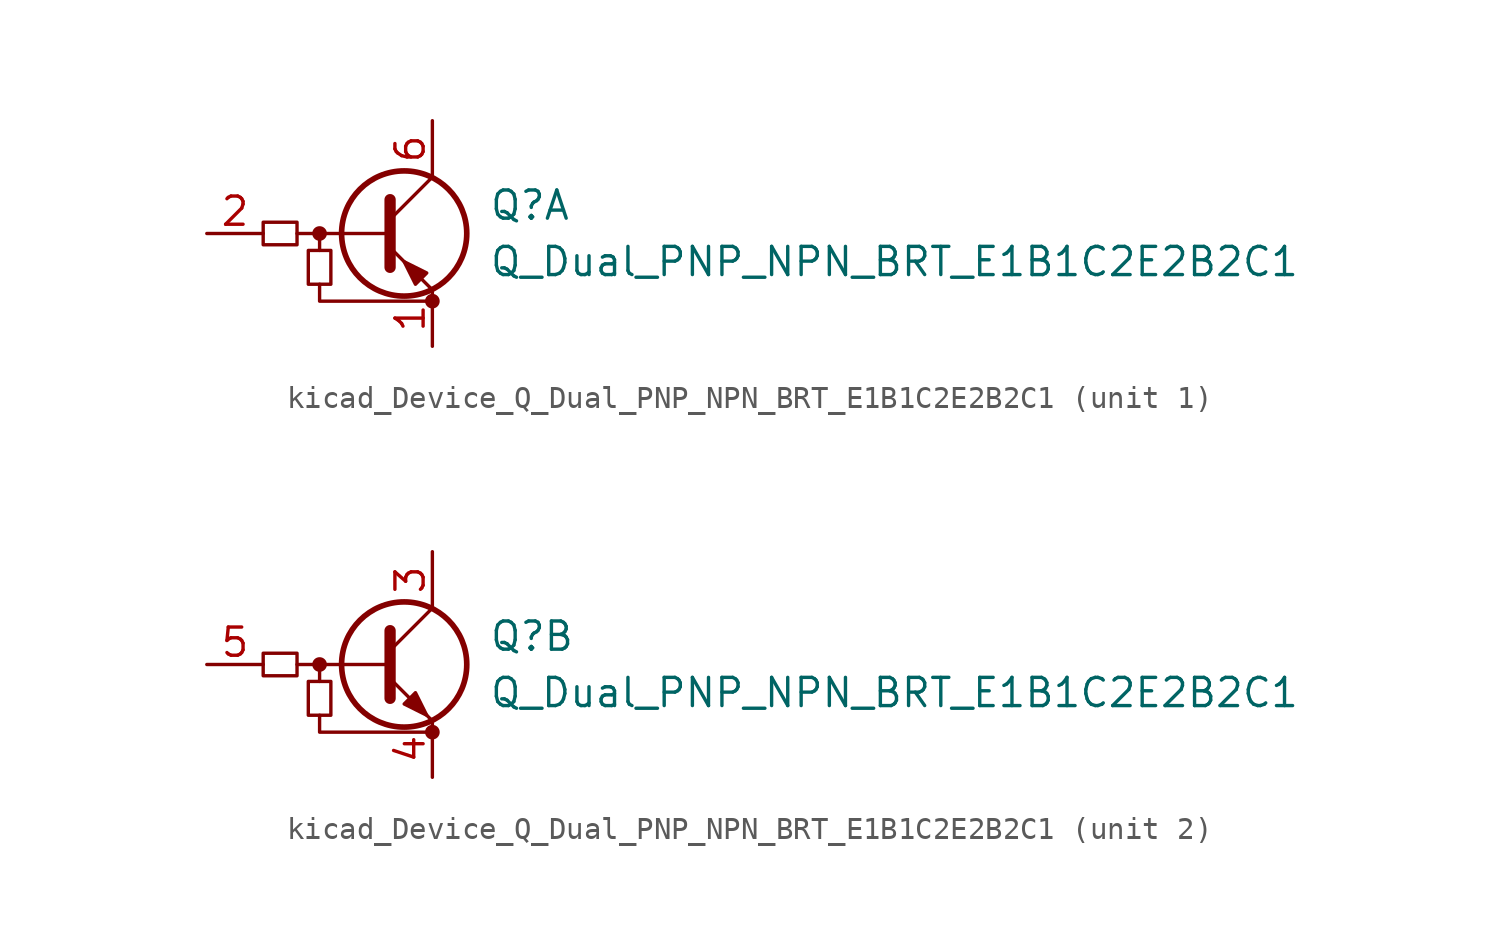
<source format=kicad_sym>
(kicad_symbol_lib
  (version 20220914)
  (generator kicad_symbol_editor)
  (symbol "kicad_Device_Q_Dual_PNP_NPN_BRT_E1B1C2E2B2C1"
    (pin_names hide)
    (property "Reference" "Q"
      (at 3.81 1.27 0)
      (effects (font (size 1.27 1.27)) (justify left)))
    (property "Value" "Q_Dual_PNP_NPN_BRT_E1B1C2E2B2C1"
      (at 3.81 -1.27 0)
      (effects (font (size 1.27 1.27)) (justify left)))
    (symbol "kicad_Device_Q_Dual_PNP_NPN_BRT_E1B1C2E2B2C1_0_1"
      (rectangle (start -6.35 0.508) (end -4.826 -0.508) (stroke (width 0) (type default)) (fill (type none)))
      (rectangle (start -4.318 -2.286) (end -3.302 -0.762) (stroke (width 0) (type default)) (fill (type none)))
      (circle (center -3.81 0) (radius 0.254) (stroke (width 0) (type default)) (fill (type outline)))
      (polyline (pts (xy -3.81 -0.762) (xy -3.81 0)) (stroke (width 0) (type default)) (fill (type none)))
      (polyline (pts (xy -0.762 0) (xy -4.826 0)) (stroke (width 0) (type default)) (fill (type none)))
      (polyline (pts (xy -0.635 1.524) (xy -0.635 -1.524)) (stroke (width 0.508) (type default)) (fill (type none)))
      (polyline (pts (xy -3.81 -2.286) (xy -3.81 -3.048) (xy 1.27 -3.048)) (stroke (width 0) (type default)) (fill (type none)))
      (circle (center 1.27 -3.048) (radius 0.254) (stroke (width 0) (type default)) (fill (type outline))))
    (symbol "kicad_Device_Q_Dual_PNP_NPN_BRT_E1B1C2E2B2C1_1_1"
      (polyline (pts (xy -0.635 0.635) (xy 1.27 2.54)) (stroke (width 0) (type default)) (fill (type none)))
      (polyline (pts (xy -0.635 -0.635) (xy 1.27 -2.54) (xy 1.27 -2.54)) (stroke (width 0) (type default)) (fill (type none)))
      (polyline (pts (xy 1.016 -1.778) (xy 0.508 -2.286) (xy 0 -1.27) (xy 1.016 -1.778) (xy 1.016 -1.778)) (stroke (width 0) (type default)) (fill (type outline)))
      (circle (center 0 0) (radius 2.819) (stroke (width 0.254) (type default)) (fill (type none)))
      (pin passive line (at 1.27 -5.08 90) (length 2.54) (name "E1" (effects (font (size 1.27 1.27)))) (number "1" (effects (font (size 1.27 1.27)))))
      (pin input line (at -8.89 0 0) (length 2.54) (name "B1" (effects (font (size 1.27 1.27)))) (number "2" (effects (font (size 1.27 1.27)))))
      (pin passive line (at 1.27 5.08 270) (length 2.54) (name "C1" (effects (font (size 1.27 1.27)))) (number "6" (effects (font (size 1.27 1.27))))))
    (symbol "kicad_Device_Q_Dual_PNP_NPN_BRT_E1B1C2E2B2C1_2_1"
      (polyline (pts (xy -0.635 0.635) (xy 1.27 2.54)) (stroke (width 0) (type default)) (fill (type none)))
      (polyline (pts (xy -0.635 -0.635) (xy 1.27 -2.54) (xy 1.27 -2.54)) (stroke (width 0) (type default)) (fill (type none)))
      (polyline (pts (xy 0 -1.778) (xy 0.508 -1.27) (xy 1.016 -2.286) (xy 0 -1.778) (xy 0 -1.778)) (stroke (width 0) (type default)) (fill (type outline)))
      (circle (center 0 0) (radius 2.819) (stroke (width 0.254) (type default)) (fill (type none)))
      (pin passive line (at 1.27 5.08 270) (length 2.54) (name "C1" (effects (font (size 1.27 1.27)))) (number "3" (effects (font (size 1.27 1.27)))))
      (pin passive line (at 1.27 -5.08 90) (length 2.54) (name "E1" (effects (font (size 1.27 1.27)))) (number "4" (effects (font (size 1.27 1.27)))))
      (pin input line (at -8.89 0 0) (length 2.54) (name "B1" (effects (font (size 1.27 1.27)))) (number "5" (effects (font (size 1.27 1.27))))))))
</source>
